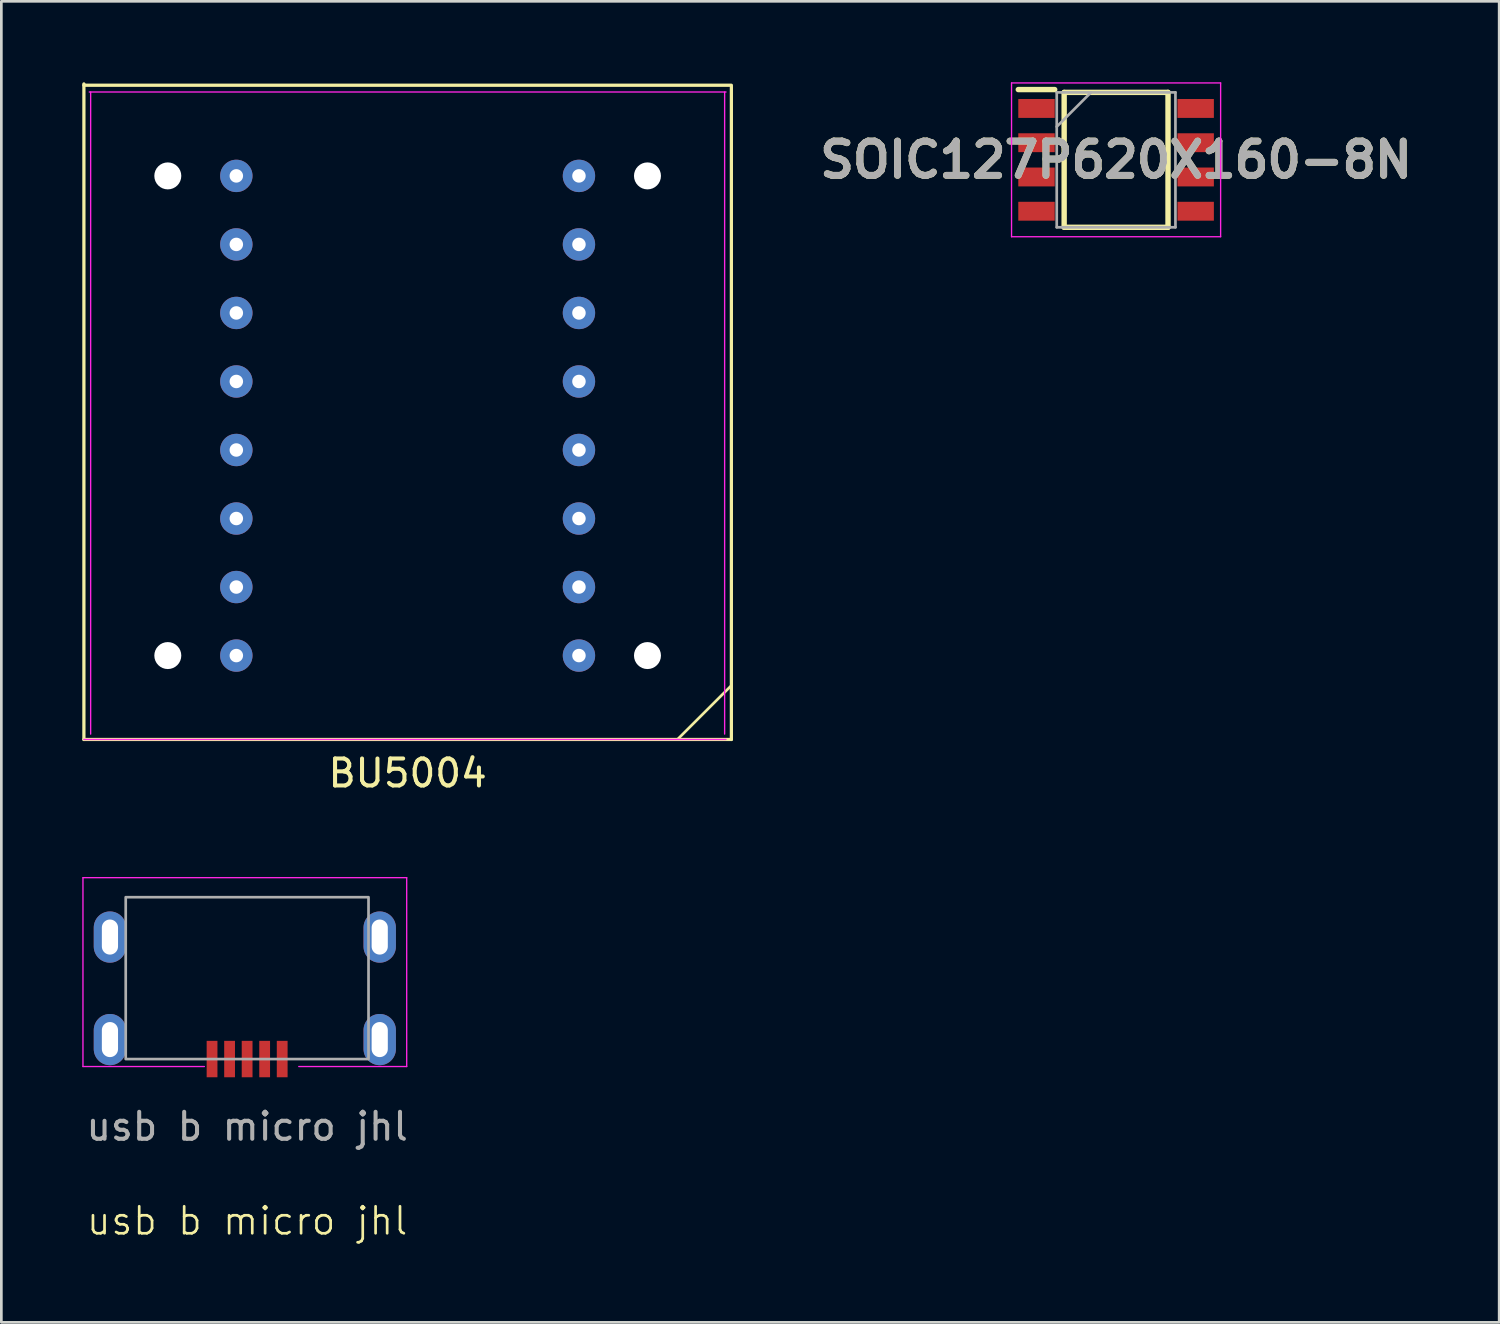
<source format=kicad_pcb>
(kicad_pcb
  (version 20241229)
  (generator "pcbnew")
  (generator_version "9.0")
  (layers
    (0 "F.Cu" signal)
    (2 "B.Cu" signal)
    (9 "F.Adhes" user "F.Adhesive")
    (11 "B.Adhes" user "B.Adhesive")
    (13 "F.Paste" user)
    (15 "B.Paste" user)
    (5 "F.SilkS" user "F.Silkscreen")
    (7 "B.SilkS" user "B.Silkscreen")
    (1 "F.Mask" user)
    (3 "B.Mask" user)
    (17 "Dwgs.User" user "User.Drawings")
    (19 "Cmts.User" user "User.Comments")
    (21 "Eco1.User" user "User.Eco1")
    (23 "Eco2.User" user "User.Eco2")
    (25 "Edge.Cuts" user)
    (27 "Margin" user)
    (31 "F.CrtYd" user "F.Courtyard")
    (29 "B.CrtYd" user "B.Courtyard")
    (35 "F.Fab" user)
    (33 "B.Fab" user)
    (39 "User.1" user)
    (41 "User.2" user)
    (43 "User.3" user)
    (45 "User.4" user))
  (footprint "usb b micro jhl"
    (layer "F.Cu")
    (at 6.11 33.706)
    (property "Reference" "usb b micro jhl" (at 0 8.5 0) (unlocked yes) (layer "F.SilkS") (effects (font (size 1 1) (thickness 0.1))))
    (attr through_hole)
    (fp_line (start -6.085 -4.223) (end 5.915 -4.223) (stroke (width 0.05) (type default)) (layer "F.CrtYd"))
    (fp_line (start -6.085 2.777) (end -6.085 -4.223) (stroke (width 0.05) (type default)) (layer "F.CrtYd"))
    (fp_line (start -1.585 2.777) (end -6.085 2.777) (stroke (width 0.05) (type default)) (layer "F.CrtYd"))
    (fp_line (start 5.915 -4.223) (end 5.915 2.777) (stroke (width 0.05) (type default)) (layer "F.CrtYd"))
    (fp_line (start 5.915 2.777) (end 1.915 2.777) (stroke (width 0.05) (type default)) (layer "F.CrtYd"))
    (fp_rect (start -4.5 -3.5) (end 4.5 2.5) (stroke (width 0.1) (type default)) (fill no) (layer "F.Fab"))
    (fp_text user "${REFERENCE}" (at 0 5 0) (unlocked yes) (layer "F.Fab") (effects (font (size 1 1) (thickness 0.15))))
    (pad "1" smd rect (at 1.3 2.5 180) (size 0.4 1.35) (layers "F.Cu" "F.Mask" "F.Paste"))
    (pad "2" smd rect (at 0.65 2.5 180) (size 0.4 1.35) (layers "F.Cu" "F.Mask" "F.Paste"))
    (pad "3" smd rect (at 0 2.5 180) (size 0.4 1.35) (layers "F.Cu" "F.Mask" "F.Paste"))
    (pad "4" smd rect (at -0.65 2.5 180) (size 0.4 1.35) (layers "F.Cu" "F.Mask" "F.Paste"))
    (pad "5" smd rect (at -1.3 2.5 180) (size 0.4 1.35) (layers "F.Cu" "F.Mask" "F.Paste"))
    (pad "6" thru_hole oval (at -5.085 -2.022 180) (size 1.2 1.9) (drill oval 0.6 1.3) (property pad_prop_heatsink) (layers "*.Cu" "*.Mask"))
    (pad "6" thru_hole oval (at -5.085 1.778 180) (size 1.2 1.9) (drill oval 0.6 1.3) (property pad_prop_heatsink) (layers "*.Cu" "*.Mask"))
    (pad "6" thru_hole oval (at 4.915 -2.022 180) (size 1.2 1.9) (drill oval 0.6 1.3) (property pad_prop_heatsink) (layers "*.Cu" "*.Mask"))
    (pad "6" thru_hole oval (at 4.915 1.778 180) (size 1.2 1.9) (drill oval 0.6 1.3) (property pad_prop_heatsink) (layers "*.Cu" "*.Mask")))
  (footprint "SOIC127P620X160-8N"
    (layer "F.Cu")
    (at 38.32 2.875)
    (property "Reference" "SOIC127P620X160-8N" (at 0 0 0) (layer "F.SilkS") (effects (font (size 1.27 1.27) (thickness 0.254))))
    (attr smd)
    (fp_line (start -3.625 -2.605) (end -2.275 -2.605) (stroke (width 0.2) (type solid)) (layer "F.SilkS"))
    (fp_line (start -1.925 -2.5) (end 1.925 -2.5) (stroke (width 0.2) (type solid)) (layer "F.SilkS"))
    (fp_line (start -1.925 2.5) (end -1.925 -2.5) (stroke (width 0.2) (type solid)) (layer "F.SilkS"))
    (fp_line (start 1.925 -2.5) (end 1.925 2.5) (stroke (width 0.2) (type solid)) (layer "F.SilkS"))
    (fp_line (start 1.925 2.5) (end -1.925 2.5) (stroke (width 0.2) (type solid)) (layer "F.SilkS"))
    (fp_line (start -3.875 -2.85) (end 3.875 -2.85) (stroke (width 0.05) (type solid)) (layer "F.CrtYd"))
    (fp_line (start -3.875 2.85) (end -3.875 -2.85) (stroke (width 0.05) (type solid)) (layer "F.CrtYd"))
    (fp_line (start 3.875 -2.85) (end 3.875 2.85) (stroke (width 0.05) (type solid)) (layer "F.CrtYd"))
    (fp_line (start 3.875 2.85) (end -3.875 2.85) (stroke (width 0.05) (type solid)) (layer "F.CrtYd"))
    (fp_line (start -2.2 -2.5) (end 2.2 -2.5) (stroke (width 0.1) (type solid)) (layer "F.Fab"))
    (fp_line (start -2.2 -1.23) (end -0.93 -2.5) (stroke (width 0.1) (type solid)) (layer "F.Fab"))
    (fp_line (start -2.2 2.5) (end -2.2 -2.5) (stroke (width 0.1) (type solid)) (layer "F.Fab"))
    (fp_line (start 2.2 -2.5) (end 2.2 2.5) (stroke (width 0.1) (type solid)) (layer "F.Fab"))
    (fp_line (start 2.2 2.5) (end -2.2 2.5) (stroke (width 0.1) (type solid)) (layer "F.Fab"))
    (fp_text user "${REFERENCE}" (at 0 0 0) (layer "F.Fab") (effects (font (size 1.27 1.27) (thickness 0.254))))
    (pad "1" smd rect (at -2.95 -1.905 90) (size 0.7 1.35) (layers "F.Cu" "F.Mask" "F.Paste"))
    (pad "2" smd rect (at -2.95 -0.635 90) (size 0.7 1.35) (layers "F.Cu" "F.Mask" "F.Paste"))
    (pad "3" smd rect (at -2.95 0.635 90) (size 0.7 1.35) (layers "F.Cu" "F.Mask" "F.Paste"))
    (pad "4" smd rect (at -2.95 1.905 90) (size 0.7 1.35) (layers "F.Cu" "F.Mask" "F.Paste"))
    (pad "5" smd rect (at 2.95 1.905 90) (size 0.7 1.35) (layers "F.Cu" "F.Mask" "F.Paste"))
    (pad "6" smd rect (at 2.95 0.635 90) (size 0.7 1.35) (layers "F.Cu" "F.Mask" "F.Paste"))
    (pad "7" smd rect (at 2.95 -0.635 90) (size 0.7 1.35) (layers "F.Cu" "F.Mask" "F.Paste"))
    (pad "8" smd rect (at 2.95 -1.905 90) (size 0.7 1.35) (layers "F.Cu" "F.Mask" "F.Paste")))
  (footprint "BU5004"
    (layer "F.Cu")
    (at 12.06 12.36)
    (property "Reference" "BU5004" (at 0 13.25 180) (layer "F.SilkS") (effects (font (size 1 1) (thickness 0.15))))
    (attr through_hole)
    (fp_line (start -12 12) (end 12 12) (stroke (width 0.12) (type default)) (layer "F.SilkS"))
    (fp_line (start -12 -12.3) (end -12 12) (stroke (width 0.12) (type default)) (layer "F.SilkS"))
    (fp_line (start 10 12) (end 12 10) (stroke (width 0.1) (type default)) (layer "F.SilkS"))
    (fp_line (start 12 -12.25) (end -12 -12.25) (stroke (width 0.12) (type default)) (layer "F.SilkS"))
    (fp_line (start 12 12) (end 12 -12.2) (stroke (width 0.12) (type default)) (layer "F.SilkS"))
    (fp_line (start -11.8 -12) (end 11.8 -12) (stroke (width 0.05) (type default)) (layer "F.CrtYd"))
    (fp_line (start -11.75 11.8) (end -11.75 -12) (stroke (width 0.05) (type default)) (layer "F.CrtYd"))
    (fp_line (start 11.75 -12) (end 11.75 11.8) (stroke (width 0.05) (type default)) (layer "F.CrtYd"))
    (fp_line (start 11.8 12) (end -12 12) (stroke (width 0.05) (type default)) (layer "F.CrtYd"))
    (pad "" np_thru_hole circle (at -8.89 -8.89) (size 1 1) (drill 1) (layers "*.Cu" "*.Mask"))
    (pad "" np_thru_hole circle (at -8.89 8.89) (size 1 1) (drill 1) (layers "*.Cu" "*.Mask"))
    (pad "" np_thru_hole circle (at 8.89 -8.89) (size 1 1) (drill 1) (layers "*.Cu" "*.Mask"))
    (pad "" np_thru_hole circle (at 8.89 8.89) (size 1 1) (drill 1) (layers "*.Cu" "*.Mask"))
    (pad "1" thru_hole circle (at 6.35 8.89 90) (size 1.2 1.2) (drill 0.5) (layers "*.Cu" "*.Mask"))
    (pad "2" thru_hole circle (at 6.35 6.35 90) (size 1.2 1.2) (drill 0.5) (layers "*.Cu" "*.Mask"))
    (pad "3" thru_hole circle (at 6.35 3.81 90) (size 1.2 1.2) (drill 0.5) (layers "*.Cu" "*.Mask"))
    (pad "4" thru_hole circle (at 6.35 1.27 90) (size 1.2 1.2) (drill 0.5) (layers "*.Cu" "*.Mask"))
    (pad "5" thru_hole circle (at 6.35 -1.27 90) (size 1.2 1.2) (drill 0.5) (layers "*.Cu" "*.Mask"))
    (pad "6" thru_hole circle (at 6.35 -3.81 90) (size 1.2 1.2) (drill 0.5) (layers "*.Cu" "*.Mask"))
    (pad "7" thru_hole circle (at 6.35 -6.35 90) (size 1.2 1.2) (drill 0.5) (layers "*.Cu" "*.Mask"))
    (pad "8" thru_hole circle (at 6.35 -8.89 90) (size 1.2 1.2) (drill 0.5) (layers "*.Cu" "*.Mask"))
    (pad "9" thru_hole circle (at -6.35 -8.89 90) (size 1.2 1.2) (drill 0.5) (layers "*.Cu" "*.Mask"))
    (pad "10" thru_hole circle (at -6.35 -6.35 90) (size 1.2 1.2) (drill 0.5) (layers "*.Cu" "*.Mask"))
    (pad "11" thru_hole circle (at -6.35 -3.81 90) (size 1.2 1.2) (drill 0.5) (layers "*.Cu" "*.Mask"))
    (pad "12" thru_hole circle (at -6.35 -1.27 90) (size 1.2 1.2) (drill 0.5) (layers "*.Cu" "*.Mask"))
    (pad "13" thru_hole circle (at -6.35 1.27 90) (size 1.2 1.2) (drill 0.5) (layers "*.Cu" "*.Mask"))
    (pad "14" thru_hole circle (at -6.35 3.81 90) (size 1.2 1.2) (drill 0.5) (layers "*.Cu" "*.Mask"))
    (pad "15" thru_hole circle (at -6.35 6.35 90) (size 1.2 1.2) (drill 0.5) (layers "*.Cu" "*.Mask"))
    (pad "16" thru_hole circle (at -6.35 8.89 90) (size 1.2 1.2) (drill 0.5) (layers "*.Cu" "*.Mask")))
  (gr_rect
    (start -3 -3)
    (end 52.52 45.966)
    (stroke (width 0.1) (type default))
    (fill no)
    (layer "Edge.Cuts")))
</source>
